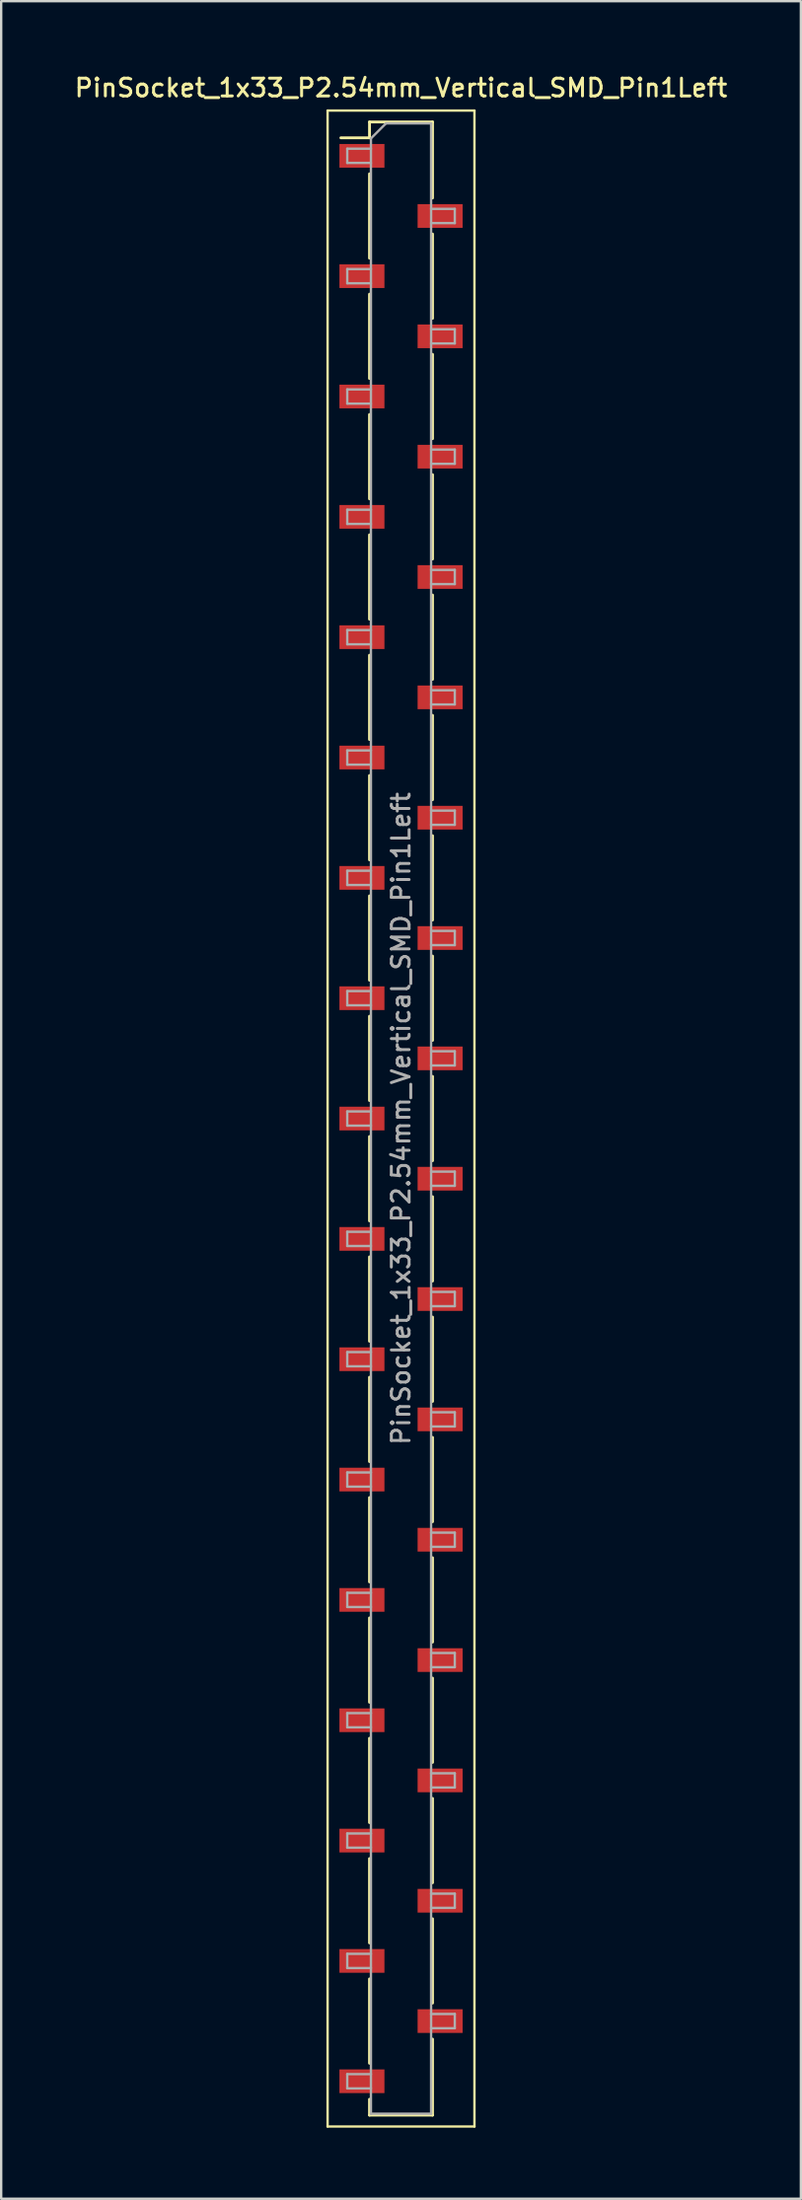
<source format=kicad_pcb>
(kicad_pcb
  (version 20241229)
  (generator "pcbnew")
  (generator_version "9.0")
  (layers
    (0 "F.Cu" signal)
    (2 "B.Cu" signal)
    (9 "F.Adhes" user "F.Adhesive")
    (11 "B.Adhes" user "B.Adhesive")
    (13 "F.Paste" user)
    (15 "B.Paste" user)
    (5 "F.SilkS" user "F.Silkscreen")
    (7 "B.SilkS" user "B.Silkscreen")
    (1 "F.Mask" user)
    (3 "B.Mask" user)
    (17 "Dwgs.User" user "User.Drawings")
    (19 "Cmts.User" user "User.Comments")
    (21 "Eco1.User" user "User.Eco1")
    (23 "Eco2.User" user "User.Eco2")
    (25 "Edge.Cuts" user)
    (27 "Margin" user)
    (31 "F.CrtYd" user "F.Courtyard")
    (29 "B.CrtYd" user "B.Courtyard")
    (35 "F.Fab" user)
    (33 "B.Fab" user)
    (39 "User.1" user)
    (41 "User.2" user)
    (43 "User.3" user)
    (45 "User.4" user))
  (footprint "PinSocket_1x33_P2.54mm_Vertical_SMD_Pin1Left"
    (layer "F.Cu")
    (at 13.88 44.168)
    (property "Reference" "PinSocket_1x33_P2.54mm_Vertical_SMD_Pin1Left" (at 0 -43.51 0) (layer "F.SilkS") (effects (font (size 0.75 0.75) (thickness 0.125))))
    (attr smd)
    (fp_line (start -3.1 -42.55) (end 3.1 -42.55) (stroke (width 0.1) (type solid)) (layer "F.SilkS"))
    (fp_line (start -3.1 42.55) (end -3.1 -42.55) (stroke (width 0.1) (type solid)) (layer "F.SilkS"))
    (fp_line (start -2.54 -41.4) (end -1.33 -41.4) (stroke (width 0.12) (type solid)) (layer "F.SilkS"))
    (fp_line (start -1.33 -42.07) (end -1.33 -41.4) (stroke (width 0.12) (type solid)) (layer "F.SilkS"))
    (fp_line (start -1.33 -42.07) (end 1.33 -42.07) (stroke (width 0.12) (type solid)) (layer "F.SilkS"))
    (fp_line (start -1.33 -39.88) (end -1.33 -36.32) (stroke (width 0.12) (type solid)) (layer "F.SilkS"))
    (fp_line (start -1.33 -34.8) (end -1.33 -31.24) (stroke (width 0.12) (type solid)) (layer "F.SilkS"))
    (fp_line (start -1.33 -29.72) (end -1.33 -26.16) (stroke (width 0.12) (type solid)) (layer "F.SilkS"))
    (fp_line (start -1.33 -24.64) (end -1.33 -21.08) (stroke (width 0.12) (type solid)) (layer "F.SilkS"))
    (fp_line (start -1.33 -19.56) (end -1.33 -16) (stroke (width 0.12) (type solid)) (layer "F.SilkS"))
    (fp_line (start -1.33 -14.48) (end -1.33 -10.92) (stroke (width 0.12) (type solid)) (layer "F.SilkS"))
    (fp_line (start -1.33 -9.4) (end -1.33 -5.84) (stroke (width 0.12) (type solid)) (layer "F.SilkS"))
    (fp_line (start -1.33 -4.32) (end -1.33 -0.76) (stroke (width 0.12) (type solid)) (layer "F.SilkS"))
    (fp_line (start -1.33 0.76) (end -1.33 4.32) (stroke (width 0.12) (type solid)) (layer "F.SilkS"))
    (fp_line (start -1.33 5.84) (end -1.33 9.4) (stroke (width 0.12) (type solid)) (layer "F.SilkS"))
    (fp_line (start -1.33 10.92) (end -1.33 14.48) (stroke (width 0.12) (type solid)) (layer "F.SilkS"))
    (fp_line (start -1.33 16) (end -1.33 19.56) (stroke (width 0.12) (type solid)) (layer "F.SilkS"))
    (fp_line (start -1.33 21.08) (end -1.33 24.64) (stroke (width 0.12) (type solid)) (layer "F.SilkS"))
    (fp_line (start -1.33 26.16) (end -1.33 29.72) (stroke (width 0.12) (type solid)) (layer "F.SilkS"))
    (fp_line (start -1.33 31.24) (end -1.33 34.8) (stroke (width 0.12) (type solid)) (layer "F.SilkS"))
    (fp_line (start -1.33 36.32) (end -1.33 39.88) (stroke (width 0.12) (type solid)) (layer "F.SilkS"))
    (fp_line (start -1.33 41.4) (end -1.33 42.07) (stroke (width 0.12) (type solid)) (layer "F.SilkS"))
    (fp_line (start -1.33 42.07) (end 1.33 42.07) (stroke (width 0.12) (type solid)) (layer "F.SilkS"))
    (fp_line (start 1.33 -42.07) (end 1.33 -38.86) (stroke (width 0.12) (type solid)) (layer "F.SilkS"))
    (fp_line (start 1.33 -37.34) (end 1.33 -33.78) (stroke (width 0.12) (type solid)) (layer "F.SilkS"))
    (fp_line (start 1.33 -32.26) (end 1.33 -28.7) (stroke (width 0.12) (type solid)) (layer "F.SilkS"))
    (fp_line (start 1.33 -27.18) (end 1.33 -23.62) (stroke (width 0.12) (type solid)) (layer "F.SilkS"))
    (fp_line (start 1.33 -22.1) (end 1.33 -18.54) (stroke (width 0.12) (type solid)) (layer "F.SilkS"))
    (fp_line (start 1.33 -17.02) (end 1.33 -13.46) (stroke (width 0.12) (type solid)) (layer "F.SilkS"))
    (fp_line (start 1.33 -11.94) (end 1.33 -8.38) (stroke (width 0.12) (type solid)) (layer "F.SilkS"))
    (fp_line (start 1.33 -6.86) (end 1.33 -3.3) (stroke (width 0.12) (type solid)) (layer "F.SilkS"))
    (fp_line (start 1.33 -1.78) (end 1.33 1.78) (stroke (width 0.12) (type solid)) (layer "F.SilkS"))
    (fp_line (start 1.33 3.3) (end 1.33 6.86) (stroke (width 0.12) (type solid)) (layer "F.SilkS"))
    (fp_line (start 1.33 8.38) (end 1.33 11.94) (stroke (width 0.12) (type solid)) (layer "F.SilkS"))
    (fp_line (start 1.33 13.46) (end 1.33 17.02) (stroke (width 0.12) (type solid)) (layer "F.SilkS"))
    (fp_line (start 1.33 18.54) (end 1.33 22.1) (stroke (width 0.12) (type solid)) (layer "F.SilkS"))
    (fp_line (start 1.33 23.62) (end 1.33 27.18) (stroke (width 0.12) (type solid)) (layer "F.SilkS"))
    (fp_line (start 1.33 28.7) (end 1.33 32.26) (stroke (width 0.12) (type solid)) (layer "F.SilkS"))
    (fp_line (start 1.33 33.78) (end 1.33 37.34) (stroke (width 0.12) (type solid)) (layer "F.SilkS"))
    (fp_line (start 1.33 38.86) (end 1.33 42.07) (stroke (width 0.12) (type solid)) (layer "F.SilkS"))
    (fp_line (start 3.1 -42.55) (end 3.1 42.55) (stroke (width 0.1) (type solid)) (layer "F.SilkS"))
    (fp_line (start 3.1 42.55) (end -3.1 42.55) (stroke (width 0.1) (type solid)) (layer "F.SilkS"))
    (fp_line (start -2.27 -40.94) (end -1.27 -40.94) (stroke (width 0.1) (type solid)) (layer "F.Fab"))
    (fp_line (start -2.27 -40.34) (end -2.27 -40.94) (stroke (width 0.1) (type solid)) (layer "F.Fab"))
    (fp_line (start -2.27 -35.86) (end -1.27 -35.86) (stroke (width 0.1) (type solid)) (layer "F.Fab"))
    (fp_line (start -2.27 -35.26) (end -2.27 -35.86) (stroke (width 0.1) (type solid)) (layer "F.Fab"))
    (fp_line (start -2.27 -30.78) (end -1.27 -30.78) (stroke (width 0.1) (type solid)) (layer "F.Fab"))
    (fp_line (start -2.27 -30.18) (end -2.27 -30.78) (stroke (width 0.1) (type solid)) (layer "F.Fab"))
    (fp_line (start -2.27 -25.7) (end -1.27 -25.7) (stroke (width 0.1) (type solid)) (layer "F.Fab"))
    (fp_line (start -2.27 -25.1) (end -2.27 -25.7) (stroke (width 0.1) (type solid)) (layer "F.Fab"))
    (fp_line (start -2.27 -20.62) (end -1.27 -20.62) (stroke (width 0.1) (type solid)) (layer "F.Fab"))
    (fp_line (start -2.27 -20.02) (end -2.27 -20.62) (stroke (width 0.1) (type solid)) (layer "F.Fab"))
    (fp_line (start -2.27 -15.54) (end -1.27 -15.54) (stroke (width 0.1) (type solid)) (layer "F.Fab"))
    (fp_line (start -2.27 -14.94) (end -2.27 -15.54) (stroke (width 0.1) (type solid)) (layer "F.Fab"))
    (fp_line (start -2.27 -10.46) (end -1.27 -10.46) (stroke (width 0.1) (type solid)) (layer "F.Fab"))
    (fp_line (start -2.27 -9.86) (end -2.27 -10.46) (stroke (width 0.1) (type solid)) (layer "F.Fab"))
    (fp_line (start -2.27 -5.38) (end -1.27 -5.38) (stroke (width 0.1) (type solid)) (layer "F.Fab"))
    (fp_line (start -2.27 -4.78) (end -2.27 -5.38) (stroke (width 0.1) (type solid)) (layer "F.Fab"))
    (fp_line (start -2.27 -0.3) (end -1.27 -0.3) (stroke (width 0.1) (type solid)) (layer "F.Fab"))
    (fp_line (start -2.27 0.3) (end -2.27 -0.3) (stroke (width 0.1) (type solid)) (layer "F.Fab"))
    (fp_line (start -2.27 4.78) (end -1.27 4.78) (stroke (width 0.1) (type solid)) (layer "F.Fab"))
    (fp_line (start -2.27 5.38) (end -2.27 4.78) (stroke (width 0.1) (type solid)) (layer "F.Fab"))
    (fp_line (start -2.27 9.86) (end -1.27 9.86) (stroke (width 0.1) (type solid)) (layer "F.Fab"))
    (fp_line (start -2.27 10.46) (end -2.27 9.86) (stroke (width 0.1) (type solid)) (layer "F.Fab"))
    (fp_line (start -2.27 14.94) (end -1.27 14.94) (stroke (width 0.1) (type solid)) (layer "F.Fab"))
    (fp_line (start -2.27 15.54) (end -2.27 14.94) (stroke (width 0.1) (type solid)) (layer "F.Fab"))
    (fp_line (start -2.27 20.02) (end -1.27 20.02) (stroke (width 0.1) (type solid)) (layer "F.Fab"))
    (fp_line (start -2.27 20.62) (end -2.27 20.02) (stroke (width 0.1) (type solid)) (layer "F.Fab"))
    (fp_line (start -2.27 25.1) (end -1.27 25.1) (stroke (width 0.1) (type solid)) (layer "F.Fab"))
    (fp_line (start -2.27 25.7) (end -2.27 25.1) (stroke (width 0.1) (type solid)) (layer "F.Fab"))
    (fp_line (start -2.27 30.18) (end -1.27 30.18) (stroke (width 0.1) (type solid)) (layer "F.Fab"))
    (fp_line (start -2.27 30.78) (end -2.27 30.18) (stroke (width 0.1) (type solid)) (layer "F.Fab"))
    (fp_line (start -2.27 35.26) (end -1.27 35.26) (stroke (width 0.1) (type solid)) (layer "F.Fab"))
    (fp_line (start -2.27 35.86) (end -2.27 35.26) (stroke (width 0.1) (type solid)) (layer "F.Fab"))
    (fp_line (start -2.27 40.34) (end -1.27 40.34) (stroke (width 0.1) (type solid)) (layer "F.Fab"))
    (fp_line (start -2.27 40.94) (end -2.27 40.34) (stroke (width 0.1) (type solid)) (layer "F.Fab"))
    (fp_line (start -1.27 -41.375) (end -0.635 -42.01) (stroke (width 0.1) (type solid)) (layer "F.Fab"))
    (fp_line (start -1.27 -40.34) (end -2.27 -40.34) (stroke (width 0.1) (type solid)) (layer "F.Fab"))
    (fp_line (start -1.27 -35.26) (end -2.27 -35.26) (stroke (width 0.1) (type solid)) (layer "F.Fab"))
    (fp_line (start -1.27 -30.18) (end -2.27 -30.18) (stroke (width 0.1) (type solid)) (layer "F.Fab"))
    (fp_line (start -1.27 -25.1) (end -2.27 -25.1) (stroke (width 0.1) (type solid)) (layer "F.Fab"))
    (fp_line (start -1.27 -20.02) (end -2.27 -20.02) (stroke (width 0.1) (type solid)) (layer "F.Fab"))
    (fp_line (start -1.27 -14.94) (end -2.27 -14.94) (stroke (width 0.1) (type solid)) (layer "F.Fab"))
    (fp_line (start -1.27 -9.86) (end -2.27 -9.86) (stroke (width 0.1) (type solid)) (layer "F.Fab"))
    (fp_line (start -1.27 -4.78) (end -2.27 -4.78) (stroke (width 0.1) (type solid)) (layer "F.Fab"))
    (fp_line (start -1.27 0.3) (end -2.27 0.3) (stroke (width 0.1) (type solid)) (layer "F.Fab"))
    (fp_line (start -1.27 5.38) (end -2.27 5.38) (stroke (width 0.1) (type solid)) (layer "F.Fab"))
    (fp_line (start -1.27 10.46) (end -2.27 10.46) (stroke (width 0.1) (type solid)) (layer "F.Fab"))
    (fp_line (start -1.27 15.54) (end -2.27 15.54) (stroke (width 0.1) (type solid)) (layer "F.Fab"))
    (fp_line (start -1.27 20.62) (end -2.27 20.62) (stroke (width 0.1) (type solid)) (layer "F.Fab"))
    (fp_line (start -1.27 25.7) (end -2.27 25.7) (stroke (width 0.1) (type solid)) (layer "F.Fab"))
    (fp_line (start -1.27 30.78) (end -2.27 30.78) (stroke (width 0.1) (type solid)) (layer "F.Fab"))
    (fp_line (start -1.27 35.86) (end -2.27 35.86) (stroke (width 0.1) (type solid)) (layer "F.Fab"))
    (fp_line (start -1.27 40.94) (end -2.27 40.94) (stroke (width 0.1) (type solid)) (layer "F.Fab"))
    (fp_line (start -1.27 42.01) (end -1.27 -41.375) (stroke (width 0.1) (type solid)) (layer "F.Fab"))
    (fp_line (start -0.635 -42.01) (end 1.27 -42.01) (stroke (width 0.1) (type solid)) (layer "F.Fab"))
    (fp_line (start 1.27 -42.01) (end 1.27 42.01) (stroke (width 0.1) (type solid)) (layer "F.Fab"))
    (fp_line (start 1.27 -38.4) (end 2.27 -38.4) (stroke (width 0.1) (type solid)) (layer "F.Fab"))
    (fp_line (start 1.27 -33.32) (end 2.27 -33.32) (stroke (width 0.1) (type solid)) (layer "F.Fab"))
    (fp_line (start 1.27 -28.24) (end 2.27 -28.24) (stroke (width 0.1) (type solid)) (layer "F.Fab"))
    (fp_line (start 1.27 -23.16) (end 2.27 -23.16) (stroke (width 0.1) (type solid)) (layer "F.Fab"))
    (fp_line (start 1.27 -18.08) (end 2.27 -18.08) (stroke (width 0.1) (type solid)) (layer "F.Fab"))
    (fp_line (start 1.27 -13) (end 2.27 -13) (stroke (width 0.1) (type solid)) (layer "F.Fab"))
    (fp_line (start 1.27 -7.92) (end 2.27 -7.92) (stroke (width 0.1) (type solid)) (layer "F.Fab"))
    (fp_line (start 1.27 -2.84) (end 2.27 -2.84) (stroke (width 0.1) (type solid)) (layer "F.Fab"))
    (fp_line (start 1.27 2.24) (end 2.27 2.24) (stroke (width 0.1) (type solid)) (layer "F.Fab"))
    (fp_line (start 1.27 7.32) (end 2.27 7.32) (stroke (width 0.1) (type solid)) (layer "F.Fab"))
    (fp_line (start 1.27 12.4) (end 2.27 12.4) (stroke (width 0.1) (type solid)) (layer "F.Fab"))
    (fp_line (start 1.27 17.48) (end 2.27 17.48) (stroke (width 0.1) (type solid)) (layer "F.Fab"))
    (fp_line (start 1.27 22.56) (end 2.27 22.56) (stroke (width 0.1) (type solid)) (layer "F.Fab"))
    (fp_line (start 1.27 27.64) (end 2.27 27.64) (stroke (width 0.1) (type solid)) (layer "F.Fab"))
    (fp_line (start 1.27 32.72) (end 2.27 32.72) (stroke (width 0.1) (type solid)) (layer "F.Fab"))
    (fp_line (start 1.27 37.8) (end 2.27 37.8) (stroke (width 0.1) (type solid)) (layer "F.Fab"))
    (fp_line (start 1.27 42.01) (end -1.27 42.01) (stroke (width 0.1) (type solid)) (layer "F.Fab"))
    (fp_line (start 2.27 -38.4) (end 2.27 -37.8) (stroke (width 0.1) (type solid)) (layer "F.Fab"))
    (fp_line (start 2.27 -37.8) (end 1.27 -37.8) (stroke (width 0.1) (type solid)) (layer "F.Fab"))
    (fp_line (start 2.27 -33.32) (end 2.27 -32.72) (stroke (width 0.1) (type solid)) (layer "F.Fab"))
    (fp_line (start 2.27 -32.72) (end 1.27 -32.72) (stroke (width 0.1) (type solid)) (layer "F.Fab"))
    (fp_line (start 2.27 -28.24) (end 2.27 -27.64) (stroke (width 0.1) (type solid)) (layer "F.Fab"))
    (fp_line (start 2.27 -27.64) (end 1.27 -27.64) (stroke (width 0.1) (type solid)) (layer "F.Fab"))
    (fp_line (start 2.27 -23.16) (end 2.27 -22.56) (stroke (width 0.1) (type solid)) (layer "F.Fab"))
    (fp_line (start 2.27 -22.56) (end 1.27 -22.56) (stroke (width 0.1) (type solid)) (layer "F.Fab"))
    (fp_line (start 2.27 -18.08) (end 2.27 -17.48) (stroke (width 0.1) (type solid)) (layer "F.Fab"))
    (fp_line (start 2.27 -17.48) (end 1.27 -17.48) (stroke (width 0.1) (type solid)) (layer "F.Fab"))
    (fp_line (start 2.27 -13) (end 2.27 -12.4) (stroke (width 0.1) (type solid)) (layer "F.Fab"))
    (fp_line (start 2.27 -12.4) (end 1.27 -12.4) (stroke (width 0.1) (type solid)) (layer "F.Fab"))
    (fp_line (start 2.27 -7.92) (end 2.27 -7.32) (stroke (width 0.1) (type solid)) (layer "F.Fab"))
    (fp_line (start 2.27 -7.32) (end 1.27 -7.32) (stroke (width 0.1) (type solid)) (layer "F.Fab"))
    (fp_line (start 2.27 -2.84) (end 2.27 -2.24) (stroke (width 0.1) (type solid)) (layer "F.Fab"))
    (fp_line (start 2.27 -2.24) (end 1.27 -2.24) (stroke (width 0.1) (type solid)) (layer "F.Fab"))
    (fp_line (start 2.27 2.24) (end 2.27 2.84) (stroke (width 0.1) (type solid)) (layer "F.Fab"))
    (fp_line (start 2.27 2.84) (end 1.27 2.84) (stroke (width 0.1) (type solid)) (layer "F.Fab"))
    (fp_line (start 2.27 7.32) (end 2.27 7.92) (stroke (width 0.1) (type solid)) (layer "F.Fab"))
    (fp_line (start 2.27 7.92) (end 1.27 7.92) (stroke (width 0.1) (type solid)) (layer "F.Fab"))
    (fp_line (start 2.27 12.4) (end 2.27 13) (stroke (width 0.1) (type solid)) (layer "F.Fab"))
    (fp_line (start 2.27 13) (end 1.27 13) (stroke (width 0.1) (type solid)) (layer "F.Fab"))
    (fp_line (start 2.27 17.48) (end 2.27 18.08) (stroke (width 0.1) (type solid)) (layer "F.Fab"))
    (fp_line (start 2.27 18.08) (end 1.27 18.08) (stroke (width 0.1) (type solid)) (layer "F.Fab"))
    (fp_line (start 2.27 22.56) (end 2.27 23.16) (stroke (width 0.1) (type solid)) (layer "F.Fab"))
    (fp_line (start 2.27 23.16) (end 1.27 23.16) (stroke (width 0.1) (type solid)) (layer "F.Fab"))
    (fp_line (start 2.27 27.64) (end 2.27 28.24) (stroke (width 0.1) (type solid)) (layer "F.Fab"))
    (fp_line (start 2.27 28.24) (end 1.27 28.24) (stroke (width 0.1) (type solid)) (layer "F.Fab"))
    (fp_line (start 2.27 32.72) (end 2.27 33.32) (stroke (width 0.1) (type solid)) (layer "F.Fab"))
    (fp_line (start 2.27 33.32) (end 1.27 33.32) (stroke (width 0.1) (type solid)) (layer "F.Fab"))
    (fp_line (start 2.27 37.8) (end 2.27 38.4) (stroke (width 0.1) (type solid)) (layer "F.Fab"))
    (fp_line (start 2.27 38.4) (end 1.27 38.4) (stroke (width 0.1) (type solid)) (layer "F.Fab"))
    (fp_text user "${REFERENCE}" (at 0 0 90) (layer "F.Fab") (effects (font (size 0.75 0.75) (thickness 0.125))))
    (pad "1" smd rect (at -1.65 -40.64) (size 1.9 1) (layers "F.Cu" "F.Mask" "F.Paste"))
    (pad "2" smd rect (at 1.65 -38.1) (size 1.9 1) (layers "F.Cu" "F.Mask" "F.Paste"))
    (pad "3" smd rect (at -1.65 -35.56) (size 1.9 1) (layers "F.Cu" "F.Mask" "F.Paste"))
    (pad "4" smd rect (at 1.65 -33.02) (size 1.9 1) (layers "F.Cu" "F.Mask" "F.Paste"))
    (pad "5" smd rect (at -1.65 -30.48) (size 1.9 1) (layers "F.Cu" "F.Mask" "F.Paste"))
    (pad "6" smd rect (at 1.65 -27.94) (size 1.9 1) (layers "F.Cu" "F.Mask" "F.Paste"))
    (pad "7" smd rect (at -1.65 -25.4) (size 1.9 1) (layers "F.Cu" "F.Mask" "F.Paste"))
    (pad "8" smd rect (at 1.65 -22.86) (size 1.9 1) (layers "F.Cu" "F.Mask" "F.Paste"))
    (pad "9" smd rect (at -1.65 -20.32) (size 1.9 1) (layers "F.Cu" "F.Mask" "F.Paste"))
    (pad "10" smd rect (at 1.65 -17.78) (size 1.9 1) (layers "F.Cu" "F.Mask" "F.Paste"))
    (pad "11" smd rect (at -1.65 -15.24) (size 1.9 1) (layers "F.Cu" "F.Mask" "F.Paste"))
    (pad "12" smd rect (at 1.65 -12.7) (size 1.9 1) (layers "F.Cu" "F.Mask" "F.Paste"))
    (pad "13" smd rect (at -1.65 -10.16) (size 1.9 1) (layers "F.Cu" "F.Mask" "F.Paste"))
    (pad "14" smd rect (at 1.65 -7.62) (size 1.9 1) (layers "F.Cu" "F.Mask" "F.Paste"))
    (pad "15" smd rect (at -1.65 -5.08) (size 1.9 1) (layers "F.Cu" "F.Mask" "F.Paste"))
    (pad "16" smd rect (at 1.65 -2.54) (size 1.9 1) (layers "F.Cu" "F.Mask" "F.Paste"))
    (pad "17" smd rect (at -1.65 0) (size 1.9 1) (layers "F.Cu" "F.Mask" "F.Paste"))
    (pad "18" smd rect (at 1.65 2.54) (size 1.9 1) (layers "F.Cu" "F.Mask" "F.Paste"))
    (pad "19" smd rect (at -1.65 5.08) (size 1.9 1) (layers "F.Cu" "F.Mask" "F.Paste"))
    (pad "20" smd rect (at 1.65 7.62) (size 1.9 1) (layers "F.Cu" "F.Mask" "F.Paste"))
    (pad "21" smd rect (at -1.65 10.16) (size 1.9 1) (layers "F.Cu" "F.Mask" "F.Paste"))
    (pad "22" smd rect (at 1.65 12.7) (size 1.9 1) (layers "F.Cu" "F.Mask" "F.Paste"))
    (pad "23" smd rect (at -1.65 15.24) (size 1.9 1) (layers "F.Cu" "F.Mask" "F.Paste"))
    (pad "24" smd rect (at 1.65 17.78) (size 1.9 1) (layers "F.Cu" "F.Mask" "F.Paste"))
    (pad "25" smd rect (at -1.65 20.32) (size 1.9 1) (layers "F.Cu" "F.Mask" "F.Paste"))
    (pad "26" smd rect (at 1.65 22.86) (size 1.9 1) (layers "F.Cu" "F.Mask" "F.Paste"))
    (pad "27" smd rect (at -1.65 25.4) (size 1.9 1) (layers "F.Cu" "F.Mask" "F.Paste"))
    (pad "28" smd rect (at 1.65 27.94) (size 1.9 1) (layers "F.Cu" "F.Mask" "F.Paste"))
    (pad "29" smd rect (at -1.65 30.48) (size 1.9 1) (layers "F.Cu" "F.Mask" "F.Paste"))
    (pad "30" smd rect (at 1.65 33.02) (size 1.9 1) (layers "F.Cu" "F.Mask" "F.Paste"))
    (pad "31" smd rect (at -1.65 35.56) (size 1.9 1) (layers "F.Cu" "F.Mask" "F.Paste"))
    (pad "32" smd rect (at 1.65 38.1) (size 1.9 1) (layers "F.Cu" "F.Mask" "F.Paste"))
    (pad "33" smd rect (at -1.65 40.64) (size 1.9 1) (layers "F.Cu" "F.Mask" "F.Paste")))
  (gr_rect
    (start -3 -3)
    (end 30.761 89.768)
    (stroke (width 0.1) (type default))
    (fill no)
    (layer "Edge.Cuts")))
</source>
